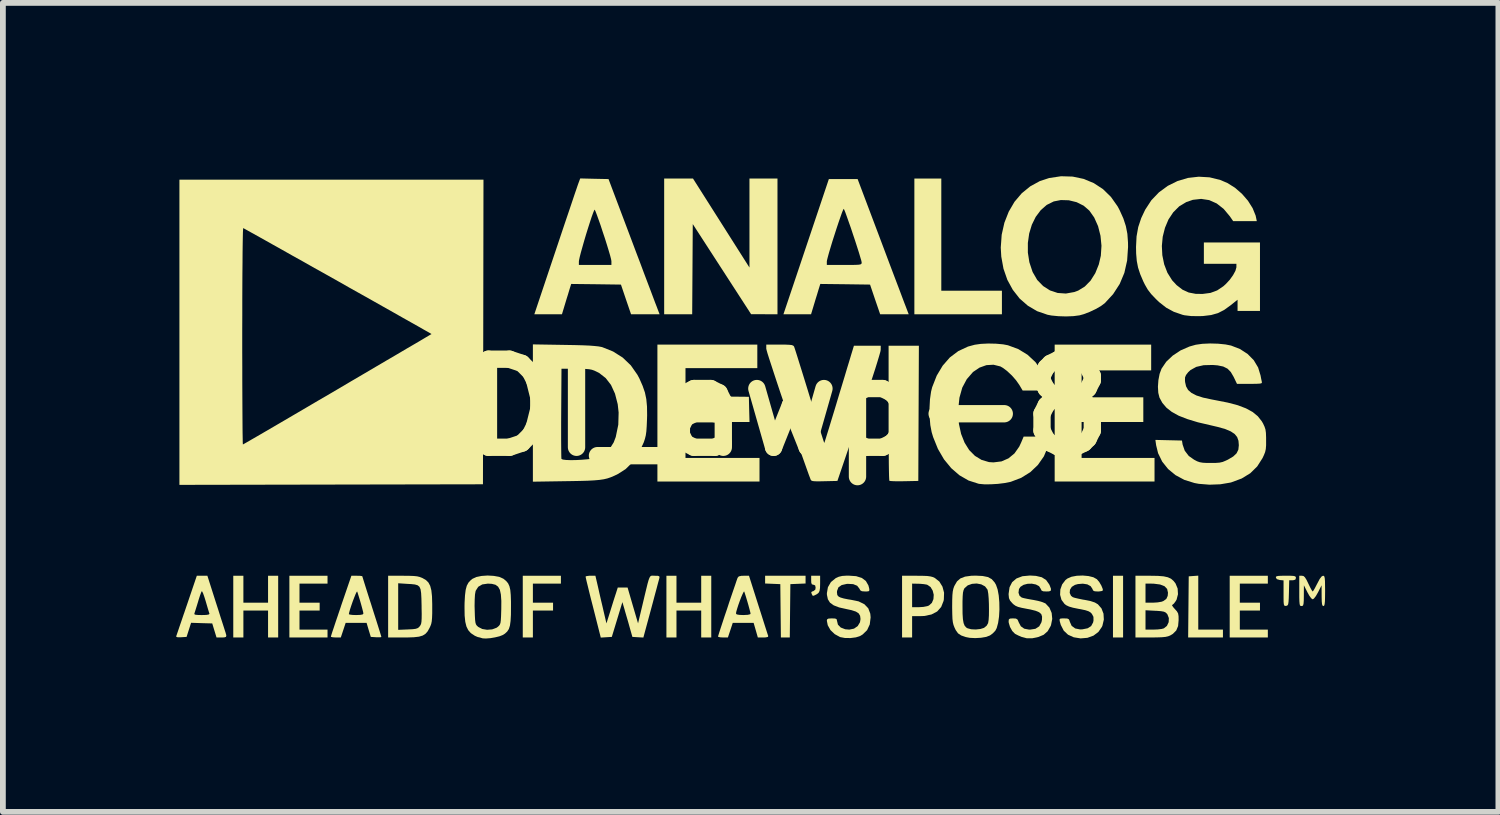
<source format=kicad_pcb>
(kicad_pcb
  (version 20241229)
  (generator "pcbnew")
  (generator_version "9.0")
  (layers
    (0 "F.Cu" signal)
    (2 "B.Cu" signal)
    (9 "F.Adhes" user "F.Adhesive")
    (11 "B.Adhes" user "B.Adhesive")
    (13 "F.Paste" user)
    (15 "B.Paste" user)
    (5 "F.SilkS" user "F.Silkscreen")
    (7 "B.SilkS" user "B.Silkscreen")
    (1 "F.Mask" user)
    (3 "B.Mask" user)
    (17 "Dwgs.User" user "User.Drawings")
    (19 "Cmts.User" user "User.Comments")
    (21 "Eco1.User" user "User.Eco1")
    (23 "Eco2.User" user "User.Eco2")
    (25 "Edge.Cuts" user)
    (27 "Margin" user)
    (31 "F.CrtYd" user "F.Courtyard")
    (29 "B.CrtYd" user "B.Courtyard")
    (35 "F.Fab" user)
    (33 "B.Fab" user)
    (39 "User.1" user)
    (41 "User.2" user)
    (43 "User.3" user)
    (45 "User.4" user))
  (footprint "ADI_awp-8"
    (layer "F.Cu")
    (at 9.939 4.001)
    (property "Reference" "ADI_awp-8" (at 0 0 0) (layer "F.SilkS") (effects (font (size 1.524 1.524) (thickness 0.3))))
    (attr board_only exclude_from_pos_files exclude_from_bom)
    (fp_poly (pts (xy 6.447 3.981) (xy 6.272 3.981) (xy 6.272 2.913) (xy 6.447 2.913)) (stroke (width 0) (type solid)) (fill yes) (layer "F.SilkS"))
    (fp_poly (pts (xy 3.301 -2.02) (xy 4.35 -2.02) (xy 4.35 -1.612) (xy 2.835 -1.612) (xy 2.835 -3.961) (xy 3.301 -3.961)) (stroke (width 0) (type solid)) (fill yes) (layer "F.SilkS"))
    (fp_poly (pts (xy 0.952 3.047) (xy 0.689 3.058) (xy 0.679 3.981) (xy 0.525 3.981) (xy 0.515 3.058) (xy 0.252 3.047) (xy 0.252 2.913) (xy 0.952 2.913)) (stroke (width 0) (type solid)) (fill yes) (layer "F.SilkS"))
    (fp_poly (pts (xy 7.748 3.845) (xy 8.175 3.845) (xy 8.175 3.981) (xy 7.573 3.981) (xy 7.578 3.452) (xy 7.583 2.923) (xy 7.666 2.917) (xy 7.748 2.911)) (stroke (width 0) (type solid)) (fill yes) (layer "F.SilkS"))
    (fp_poly (pts (xy -3.282 3.049) (xy -3.767 3.049) (xy -3.767 3.379) (xy -3.418 3.379) (xy -3.418 3.515) (xy -3.767 3.515) (xy -3.767 3.981) (xy -3.942 3.981) (xy -3.942 2.913) (xy -3.282 2.913)) (stroke (width 0) (type solid)) (fill yes) (layer "F.SilkS"))
    (fp_poly (pts (xy -0.019 -2.421) (xy -0.019 -3.961) (xy 0.466 -3.961) (xy 0.466 -1.612) (xy 0.238 -1.613) (xy 0.01 -1.613) (xy -1 -3.173) (xy -1.01 -1.612) (xy -1.495 -1.612) (xy -1.495 -3.961) (xy -0.996 -3.961)) (stroke (width 0) (type solid)) (fill yes) (layer "F.SilkS"))
    (fp_poly (pts (xy -8.777 3.379) (xy -8.35 3.379) (xy -8.35 2.913) (xy -8.175 2.913) (xy -8.175 3.981) (xy -8.35 3.981) (xy -8.35 3.515) (xy -8.777 3.515) (xy -8.777 3.981) (xy -8.952 3.981) (xy -8.952 2.913) (xy -8.777 2.913)) (stroke (width 0) (type solid)) (fill yes) (layer "F.SilkS"))
    (fp_poly (pts (xy -7.321 3.049) (xy -7.806 3.049) (xy -7.806 3.379) (xy -7.457 3.379) (xy -7.457 3.515) (xy -7.806 3.515) (xy -7.806 3.845) (xy -7.321 3.845) (xy -7.321 3.981) (xy -7.981 3.981) (xy -7.981 2.913) (xy -7.321 2.913)) (stroke (width 0) (type solid)) (fill yes) (layer "F.SilkS"))
    (fp_poly (pts (xy -1.282 3.379) (xy -0.854 3.379) (xy -0.854 2.913) (xy -0.68 2.913) (xy -0.68 3.981) (xy -0.854 3.981) (xy -0.854 3.515) (xy -1.282 3.515) (xy -1.282 3.981) (xy -1.456 3.981) (xy -1.456 2.913) (xy -1.282 2.913)) (stroke (width 0) (type solid)) (fill yes) (layer "F.SilkS"))
    (fp_poly (pts (xy 6.933 -0.641) (xy 5.729 -0.641) (xy 5.729 -0.175) (xy 6.797 -0.175) (xy 6.797 0.252) (xy 5.729 0.252) (xy 5.729 0.874) (xy 6.991 0.874) (xy 6.991 1.282) (xy 5.263 1.282) (xy 5.263 -1.087) (xy 6.933 -1.087)) (stroke (width 0) (type solid)) (fill yes) (layer "F.SilkS"))
    (fp_poly (pts (xy 8.952 3.049) (xy 8.467 3.049) (xy 8.467 3.379) (xy 8.816 3.379) (xy 8.816 3.515) (xy 8.467 3.515) (xy 8.467 3.845) (xy 8.952 3.845) (xy 8.952 3.981) (xy 8.292 3.981) (xy 8.292 2.913) (xy 8.952 2.913)) (stroke (width 0) (type solid)) (fill yes) (layer "F.SilkS"))
    (fp_poly (pts (xy 0.117 -0.68) (xy -1.126 -0.68) (xy -1.126 -0.195) (xy -0.029 -0.184) (xy -0.024 0.034) (xy -0.018 0.252) (xy -1.126 0.252) (xy -1.126 0.874) (xy 0.155 0.874) (xy 0.155 1.282) (xy -1.612 1.282) (xy -1.612 -1.087) (xy 0.117 -1.087)) (stroke (width 0) (type solid)) (fill yes) (layer "F.SilkS"))
    (fp_poly (pts (xy 2.908 0.102) (xy 2.903 1.272) (xy 2.659 1.277) (xy 2.566 1.278) (xy 2.486 1.277) (xy 2.429 1.274) (xy 2.403 1.27) (xy 2.402 1.269) (xy 2.4 1.248) (xy 2.397 1.191) (xy 2.395 1.102) (xy 2.393 0.985) (xy 2.392 0.842) (xy 2.39 0.678) (xy 2.389 0.495) (xy 2.389 0.298) (xy 2.389 0.094) (xy 2.389 -1.068) (xy 2.913 -1.068)) (stroke (width 0) (type solid)) (fill yes) (layer "F.SilkS"))
    (fp_poly (pts (xy 1.204 3.044) (xy 1.202 3.124) (xy 1.194 3.176) (xy 1.177 3.209) (xy 1.147 3.232) (xy 1.132 3.24) (xy 1.093 3.259) (xy 1.073 3.257) (xy 1.061 3.232) (xy 1.06 3.232) (xy 1.05 3.2) (xy 1.063 3.186) (xy 1.087 3.179) (xy 1.12 3.154) (xy 1.126 3.119) (xy 1.118 3.08) (xy 1.088 3.068) (xy 1.087 3.068) (xy 1.062 3.062) (xy 1.051 3.035) (xy 1.049 2.991) (xy 1.049 2.913) (xy 1.204 2.913)) (stroke (width 0) (type solid)) (fill yes) (layer "F.SilkS"))
    (fp_poly (pts (xy 9.345 2.913) (xy 9.397 2.916) (xy 9.425 2.923) (xy 9.436 2.936) (xy 9.438 2.952) (xy 9.428 2.98) (xy 9.394 2.99) (xy 9.38 2.991) (xy 9.322 2.991) (xy 9.317 3.209) (xy 9.314 3.304) (xy 9.31 3.366) (xy 9.304 3.404) (xy 9.295 3.423) (xy 9.279 3.432) (xy 9.268 3.434) (xy 9.249 3.435) (xy 9.237 3.428) (xy 9.229 3.407) (xy 9.225 3.365) (xy 9.224 3.296) (xy 9.224 3.216) (xy 9.224 2.993) (xy 9.161 2.987) (xy 9.109 2.972) (xy 9.092 2.947) (xy 9.092 2.931) (xy 9.107 2.921) (xy 9.142 2.915) (xy 9.204 2.913) (xy 9.261 2.913)) (stroke (width 0) (type solid)) (fill yes) (layer "F.SilkS"))
    (fp_poly (pts (xy 2.979 2.914) (xy 3.058 2.917) (xy 3.115 2.925) (xy 3.157 2.936) (xy 3.185 2.949) (xy 3.266 3.012) (xy 3.321 3.101) (xy 3.349 3.206) (xy 3.345 3.322) (xy 3.34 3.349) (xy 3.299 3.453) (xy 3.23 3.531) (xy 3.131 3.583) (xy 3.006 3.609) (xy 2.938 3.612) (xy 2.796 3.612) (xy 2.796 3.981) (xy 2.622 3.981) (xy 2.622 3.049) (xy 2.796 3.049) (xy 2.796 3.457) (xy 2.914 3.457) (xy 2.991 3.452) (xy 3.058 3.439) (xy 3.087 3.428) (xy 3.138 3.382) (xy 3.165 3.317) (xy 3.17 3.242) (xy 3.152 3.17) (xy 3.115 3.108) (xy 3.058 3.069) (xy 3.047 3.066) (xy 3 3.058) (xy 2.934 3.052) (xy 2.898 3.051) (xy 2.796 3.049) (xy 2.622 3.049) (xy 2.622 2.913) (xy 2.869 2.913)) (stroke (width 0) (type solid)) (fill yes) (layer "F.SilkS"))
    (fp_poly (pts (xy -5.907 2.914) (xy -5.828 2.917) (xy -5.77 2.923) (xy -5.725 2.934) (xy -5.684 2.95) (xy -5.674 2.955) (xy -5.617 2.988) (xy -5.574 3.031) (xy -5.544 3.088) (xy -5.524 3.165) (xy -5.513 3.268) (xy -5.509 3.401) (xy -5.509 3.45) (xy -5.509 3.561) (xy -5.512 3.642) (xy -5.517 3.7) (xy -5.526 3.745) (xy -5.54 3.783) (xy -5.556 3.817) (xy -5.589 3.876) (xy -5.626 3.918) (xy -5.674 3.948) (xy -5.738 3.967) (xy -5.826 3.977) (xy -5.942 3.981) (xy -6.005 3.981) (xy -6.272 3.981) (xy -6.272 3.043) (xy -6.098 3.043) (xy -6.098 3.849) (xy -5.931 3.842) (xy -5.848 3.838) (xy -5.794 3.831) (xy -5.76 3.819) (xy -5.735 3.799) (xy -5.726 3.788) (xy -5.711 3.767) (xy -5.701 3.742) (xy -5.695 3.706) (xy -5.692 3.652) (xy -5.691 3.575) (xy -5.693 3.467) (xy -5.693 3.434) (xy -5.696 3.307) (xy -5.701 3.213) (xy -5.711 3.147) (xy -5.73 3.104) (xy -5.761 3.078) (xy -5.808 3.064) (xy -5.873 3.057) (xy -5.93 3.054) (xy -6.098 3.043) (xy -6.272 3.043) (xy -6.272 2.913) (xy -6.016 2.913)) (stroke (width 0) (type solid)) (fill yes) (layer "F.SilkS"))
    (fp_poly (pts (xy 9.57 2.918) (xy 9.594 2.94) (xy 9.622 2.985) (xy 9.653 3.049) (xy 9.684 3.113) (xy 9.71 3.161) (xy 9.726 3.184) (xy 9.728 3.185) (xy 9.742 3.169) (xy 9.767 3.126) (xy 9.799 3.064) (xy 9.807 3.049) (xy 9.849 2.969) (xy 9.883 2.925) (xy 9.907 2.913) (xy 9.922 2.916) (xy 9.931 2.929) (xy 9.937 2.958) (xy 9.941 3.009) (xy 9.942 3.088) (xy 9.943 3.175) (xy 9.942 3.282) (xy 9.94 3.357) (xy 9.935 3.403) (xy 9.928 3.428) (xy 9.917 3.437) (xy 9.913 3.437) (xy 9.899 3.43) (xy 9.89 3.405) (xy 9.885 3.356) (xy 9.883 3.275) (xy 9.883 3.258) (xy 9.882 3.078) (xy 9.821 3.199) (xy 9.783 3.265) (xy 9.75 3.307) (xy 9.729 3.321) (xy 9.704 3.304) (xy 9.67 3.258) (xy 9.637 3.199) (xy 9.576 3.078) (xy 9.575 3.258) (xy 9.574 3.342) (xy 9.57 3.395) (xy 9.563 3.423) (xy 9.551 3.435) (xy 9.535 3.437) (xy 9.519 3.435) (xy 9.508 3.425) (xy 9.502 3.4) (xy 9.498 3.355) (xy 9.496 3.284) (xy 9.496 3.18) (xy 9.496 2.913) (xy 9.543 2.913)) (stroke (width 0) (type solid)) (fill yes) (layer "F.SilkS"))
    (fp_poly (pts (xy -9.253 3.374) (xy -9.211 3.504) (xy -9.173 3.625) (xy -9.139 3.73) (xy -9.112 3.814) (xy -9.094 3.871) (xy -9.087 3.892) (xy -9.072 3.944) (xy -9.078 3.971) (xy -9.11 3.98) (xy -9.155 3.981) (xy -9.242 3.981) (xy -9.279 3.86) (xy -9.316 3.738) (xy -9.499 3.733) (xy -9.682 3.727) (xy -9.721 3.849) (xy -9.76 3.971) (xy -9.854 3.977) (xy -9.911 3.978) (xy -9.937 3.971) (xy -9.939 3.958) (xy -9.93 3.933) (xy -9.911 3.877) (xy -9.883 3.794) (xy -9.847 3.689) (xy -9.806 3.568) (xy -9.804 3.564) (xy -9.625 3.564) (xy -9.625 3.579) (xy -9.605 3.588) (xy -9.558 3.592) (xy -9.496 3.593) (xy -9.42 3.591) (xy -9.378 3.584) (xy -9.364 3.573) (xy -9.365 3.568) (xy -9.374 3.54) (xy -9.391 3.484) (xy -9.413 3.409) (xy -9.429 3.354) (xy -9.453 3.277) (xy -9.474 3.218) (xy -9.491 3.184) (xy -9.497 3.18) (xy -9.509 3.204) (xy -9.528 3.256) (xy -9.551 3.327) (xy -9.562 3.365) (xy -9.586 3.443) (xy -9.607 3.51) (xy -9.621 3.554) (xy -9.625 3.564) (xy -9.804 3.564) (xy -9.76 3.434) (xy -9.756 3.423) (xy -9.583 2.913) (xy -9.492 2.913) (xy -9.4 2.913)) (stroke (width 0) (type solid)) (fill yes) (layer "F.SilkS"))
    (fp_poly (pts (xy -1.679 2.912) (xy -1.657 2.913) (xy -1.603 2.914) (xy -1.579 2.923) (xy -1.576 2.943) (xy -1.579 2.957) (xy -1.587 2.987) (xy -1.604 3.049) (xy -1.627 3.137) (xy -1.657 3.247) (xy -1.69 3.372) (xy -1.722 3.491) (xy -1.855 3.982) (xy -1.95 3.977) (xy -2.045 3.971) (xy -2.092 3.806) (xy -2.119 3.709) (xy -2.15 3.604) (xy -2.176 3.514) (xy -2.178 3.505) (xy -2.218 3.369) (xy -2.401 3.971) (xy -2.497 3.977) (xy -2.592 3.983) (xy -2.724 3.462) (xy -2.759 3.326) (xy -2.79 3.202) (xy -2.816 3.095) (xy -2.837 3.01) (xy -2.85 2.953) (xy -2.855 2.928) (xy -2.855 2.927) (xy -2.838 2.919) (xy -2.793 2.913) (xy -2.77 2.913) (xy -2.685 2.913) (xy -2.641 3.102) (xy -2.618 3.205) (xy -2.59 3.327) (xy -2.561 3.449) (xy -2.546 3.515) (xy -2.494 3.738) (xy -2.43 3.534) (xy -2.4 3.437) (xy -2.37 3.341) (xy -2.344 3.26) (xy -2.332 3.224) (xy -2.298 3.117) (xy -2.128 3.117) (xy -2.038 3.427) (xy -1.947 3.737) (xy -1.866 3.398) (xy -1.831 3.25) (xy -1.803 3.135) (xy -1.782 3.049) (xy -1.765 2.989) (xy -1.75 2.949) (xy -1.736 2.925) (xy -1.721 2.914) (xy -1.702 2.911)) (stroke (width 0) (type solid)) (fill yes) (layer "F.SilkS"))
    (fp_poly (pts (xy 0.135 3.423) (xy 0.178 3.557) (xy 0.217 3.68) (xy 0.251 3.787) (xy 0.278 3.871) (xy 0.297 3.93) (xy 0.306 3.956) (xy 0.306 3.957) (xy 0.299 3.972) (xy 0.26 3.98) (xy 0.22 3.981) (xy 0.126 3.981) (xy 0.09 3.855) (xy 0.053 3.728) (xy -0.308 3.728) (xy -0.35 3.855) (xy -0.392 3.981) (xy -0.477 3.981) (xy -0.529 3.978) (xy -0.56 3.969) (xy -0.563 3.965) (xy -0.557 3.944) (xy -0.541 3.892) (xy -0.516 3.815) (xy -0.484 3.718) (xy -0.448 3.608) (xy -0.434 3.567) (xy -0.252 3.567) (xy -0.239 3.582) (xy -0.195 3.59) (xy -0.126 3.593) (xy -0.048 3.589) (xy -0.007 3.579) (xy 0 3.569) (xy -0.005 3.543) (xy -0.019 3.489) (xy -0.038 3.419) (xy -0.06 3.343) (xy -0.082 3.27) (xy -0.101 3.211) (xy -0.11 3.185) (xy -0.119 3.191) (xy -0.137 3.227) (xy -0.161 3.282) (xy -0.187 3.35) (xy -0.212 3.42) (xy -0.233 3.486) (xy -0.248 3.539) (xy -0.252 3.567) (xy -0.434 3.567) (xy -0.408 3.491) (xy -0.369 3.371) (xy -0.33 3.256) (xy -0.294 3.151) (xy -0.263 3.061) (xy -0.24 2.992) (xy -0.225 2.951) (xy -0.223 2.947) (xy -0.203 2.924) (xy -0.159 2.914) (xy -0.118 2.913) (xy -0.027 2.913)) (stroke (width 0) (type solid)) (fill yes) (layer "F.SilkS"))
    (fp_poly (pts (xy -6.759 2.914) (xy -6.725 2.919) (xy -6.719 2.922) (xy -6.713 2.942) (xy -6.697 2.994) (xy -6.672 3.074) (xy -6.64 3.176) (xy -6.602 3.296) (xy -6.559 3.429) (xy -6.554 3.446) (xy -6.511 3.581) (xy -6.472 3.703) (xy -6.439 3.808) (xy -6.413 3.891) (xy -6.396 3.947) (xy -6.389 3.972) (xy -6.389 3.972) (xy -6.406 3.978) (xy -6.45 3.978) (xy -6.481 3.977) (xy -6.572 3.971) (xy -6.609 3.85) (xy -6.645 3.728) (xy -7.007 3.728) (xy -7.049 3.855) (xy -7.091 3.981) (xy -7.177 3.981) (xy -7.229 3.978) (xy -7.259 3.971) (xy -7.263 3.966) (xy -7.257 3.945) (xy -7.24 3.891) (xy -7.213 3.811) (xy -7.179 3.708) (xy -7.138 3.588) (xy -7.135 3.578) (xy -6.952 3.578) (xy -6.934 3.585) (xy -6.888 3.591) (xy -6.826 3.593) (xy -6.752 3.59) (xy -6.712 3.582) (xy -6.7 3.567) (xy -6.705 3.539) (xy -6.719 3.484) (xy -6.738 3.414) (xy -6.76 3.337) (xy -6.782 3.265) (xy -6.8 3.208) (xy -6.808 3.185) (xy -6.817 3.193) (xy -6.835 3.23) (xy -6.858 3.287) (xy -6.884 3.355) (xy -6.909 3.427) (xy -6.931 3.494) (xy -6.946 3.548) (xy -6.952 3.578) (xy -7.135 3.578) (xy -7.093 3.455) (xy -7.086 3.432) (xy -6.908 2.913) (xy -6.813 2.913)) (stroke (width 0) (type solid)) (fill yes) (layer "F.SilkS"))
    (fp_poly (pts (xy 2.256 -2.884) (xy 2.33 -2.687) (xy 2.401 -2.498) (xy 2.468 -2.321) (xy 2.529 -2.16) (xy 2.583 -2.018) (xy 2.628 -1.898) (xy 2.663 -1.805) (xy 2.688 -1.741) (xy 2.698 -1.714) (xy 2.737 -1.612) (xy 2.49 -1.612) (xy 2.243 -1.612) (xy 2.155 -1.869) (xy 2.068 -2.126) (xy 1.638 -2.132) (xy 1.207 -2.137) (xy 1.187 -2.073) (xy 1.173 -2.028) (xy 1.152 -1.957) (xy 1.125 -1.871) (xy 1.107 -1.811) (xy 1.047 -1.612) (xy 0.569 -1.612) (xy 0.856 -2.466) (xy 1.32 -2.466) (xy 1.621 -2.466) (xy 1.735 -2.466) (xy 1.816 -2.467) (xy 1.87 -2.47) (xy 1.901 -2.475) (xy 1.917 -2.484) (xy 1.922 -2.497) (xy 1.923 -2.51) (xy 1.917 -2.539) (xy 1.9 -2.597) (xy 1.876 -2.678) (xy 1.845 -2.775) (xy 1.81 -2.884) (xy 1.772 -2.997) (xy 1.735 -3.109) (xy 1.698 -3.213) (xy 1.666 -3.304) (xy 1.64 -3.376) (xy 1.621 -3.422) (xy 1.612 -3.437) (xy 1.602 -3.42) (xy 1.582 -3.371) (xy 1.556 -3.297) (xy 1.524 -3.205) (xy 1.489 -3.1) (xy 1.453 -2.988) (xy 1.417 -2.876) (xy 1.385 -2.77) (xy 1.357 -2.676) (xy 1.336 -2.599) (xy 1.323 -2.547) (xy 1.32 -2.529) (xy 1.32 -2.466) (xy 0.856 -2.466) (xy 0.962 -2.782) (xy 1.355 -3.952) (xy 1.853 -3.952)) (stroke (width 0) (type solid)) (fill yes) (layer "F.SilkS"))
    (fp_poly (pts (xy -2.703 -3.957) (xy -2.458 -3.952) (xy -2.055 -2.884) (xy -1.981 -2.687) (xy -1.909 -2.498) (xy -1.843 -2.321) (xy -1.782 -2.16) (xy -1.728 -2.018) (xy -1.683 -1.898) (xy -1.648 -1.805) (xy -1.623 -1.741) (xy -1.613 -1.714) (xy -1.574 -1.612) (xy -1.821 -1.612) (xy -2.068 -1.612) (xy -2.156 -1.869) (xy -2.243 -2.126) (xy -2.673 -2.132) (xy -3.104 -2.137) (xy -3.124 -2.073) (xy -3.138 -2.028) (xy -3.159 -1.957) (xy -3.186 -1.871) (xy -3.204 -1.811) (xy -3.264 -1.612) (xy -3.742 -1.612) (xy -3.456 -2.466) (xy -2.971 -2.466) (xy -2.408 -2.466) (xy -2.408 -2.533) (xy -2.414 -2.566) (xy -2.43 -2.629) (xy -2.455 -2.714) (xy -2.486 -2.816) (xy -2.521 -2.927) (xy -2.559 -3.04) (xy -2.595 -3.151) (xy -2.63 -3.25) (xy -2.66 -3.333) (xy -2.683 -3.393) (xy -2.697 -3.422) (xy -2.698 -3.423) (xy -2.707 -3.41) (xy -2.725 -3.366) (xy -2.75 -3.297) (xy -2.779 -3.208) (xy -2.812 -3.105) (xy -2.846 -2.996) (xy -2.879 -2.885) (xy -2.909 -2.779) (xy -2.936 -2.683) (xy -2.956 -2.605) (xy -2.968 -2.549) (xy -2.971 -2.526) (xy -2.971 -2.466) (xy -3.456 -2.466) (xy -3.376 -2.704) (xy -3.309 -2.904) (xy -3.245 -3.095) (xy -3.185 -3.273) (xy -3.13 -3.435) (xy -3.082 -3.578) (xy -3.042 -3.697) (xy -3.01 -3.79) (xy -2.989 -3.852) (xy -2.979 -3.88) (xy -2.948 -3.963)) (stroke (width 0) (type solid)) (fill yes) (layer "F.SilkS"))
    (fp_poly (pts (xy 6.918 2.913) (xy 7.049 2.915) (xy 7.148 2.923) (xy 7.221 2.939) (xy 7.276 2.964) (xy 7.32 3.002) (xy 7.355 3.047) (xy 7.391 3.134) (xy 7.397 3.232) (xy 7.373 3.326) (xy 7.358 3.352) (xy 7.327 3.394) (xy 7.301 3.416) (xy 7.296 3.418) (xy 7.296 3.43) (xy 7.318 3.461) (xy 7.341 3.487) (xy 7.378 3.528) (xy 7.399 3.565) (xy 7.407 3.612) (xy 7.408 3.68) (xy 7.399 3.783) (xy 7.367 3.86) (xy 7.308 3.919) (xy 7.261 3.947) (xy 7.225 3.961) (xy 7.18 3.971) (xy 7.116 3.977) (xy 7.028 3.98) (xy 6.928 3.981) (xy 6.661 3.981) (xy 6.661 3.51) (xy 6.835 3.51) (xy 6.835 3.845) (xy 6.97 3.845) (xy 7.046 3.842) (xy 7.113 3.834) (xy 7.153 3.823) (xy 7.206 3.78) (xy 7.236 3.716) (xy 7.239 3.645) (xy 7.213 3.579) (xy 7.207 3.572) (xy 7.185 3.55) (xy 7.154 3.535) (xy 7.105 3.526) (xy 7.03 3.52) (xy 7.003 3.519) (xy 6.835 3.51) (xy 6.661 3.51) (xy 6.661 3.049) (xy 6.835 3.049) (xy 6.835 3.379) (xy 6.963 3.379) (xy 7.045 3.374) (xy 7.114 3.362) (xy 7.145 3.35) (xy 7.195 3.314) (xy 7.219 3.262) (xy 7.224 3.206) (xy 7.209 3.141) (xy 7.164 3.094) (xy 7.087 3.064) (xy 6.977 3.05) (xy 6.928 3.049) (xy 6.835 3.049) (xy 6.661 3.049) (xy 6.661 2.913)) (stroke (width 0) (type solid)) (fill yes) (layer "F.SilkS"))
    (fp_poly (pts (xy 0.604 -1.087) (xy 0.672 -1.084) (xy 0.715 -1.079) (xy 0.739 -1.069) (xy 0.752 -1.056) (xy 0.753 -1.053) (xy 0.762 -1.028) (xy 0.781 -0.97) (xy 0.809 -0.882) (xy 0.844 -0.769) (xy 0.886 -0.635) (xy 0.933 -0.483) (xy 0.984 -0.318) (xy 1.02 -0.2) (xy 1.072 -0.03) (xy 1.121 0.129) (xy 1.165 0.271) (xy 1.203 0.393) (xy 1.235 0.492) (xy 1.258 0.564) (xy 1.272 0.605) (xy 1.276 0.614) (xy 1.283 0.595) (xy 1.3 0.542) (xy 1.325 0.461) (xy 1.358 0.355) (xy 1.396 0.229) (xy 1.44 0.086) (xy 1.487 -0.069) (xy 1.487 -0.07) (xy 1.536 -0.233) (xy 1.584 -0.391) (xy 1.629 -0.539) (xy 1.668 -0.67) (xy 1.702 -0.781) (xy 1.727 -0.864) (xy 1.74 -0.908) (xy 1.789 -1.068) (xy 2.253 -1.068) (xy 2.252 -0.995) (xy 2.246 -0.963) (xy 2.227 -0.896) (xy 2.198 -0.799) (xy 2.159 -0.673) (xy 2.11 -0.522) (xy 2.053 -0.349) (xy 1.989 -0.157) (xy 1.919 0.052) (xy 1.877 0.175) (xy 1.503 1.272) (xy 1.278 1.277) (xy 1.181 1.279) (xy 1.115 1.278) (xy 1.075 1.274) (xy 1.052 1.265) (xy 1.041 1.252) (xy 1.04 1.248) (xy 1.008 1.164) (xy 0.969 1.055) (xy 0.922 0.923) (xy 0.869 0.774) (xy 0.813 0.611) (xy 0.753 0.438) (xy 0.691 0.259) (xy 0.629 0.077) (xy 0.568 -0.103) (xy 0.509 -0.277) (xy 0.454 -0.442) (xy 0.404 -0.594) (xy 0.36 -0.729) (xy 0.323 -0.842) (xy 0.295 -0.93) (xy 0.278 -0.99) (xy 0.272 -1.016) (xy 0.272 -1.087) (xy 0.504 -1.087)) (stroke (width 0) (type solid)) (fill yes) (layer "F.SilkS"))
    (fp_poly (pts (xy 4.016 2.917) (xy 4.106 2.935) (xy 4.173 2.971) (xy 4.223 3.027) (xy 4.248 3.07) (xy 4.276 3.151) (xy 4.295 3.255) (xy 4.305 3.374) (xy 4.307 3.499) (xy 4.3 3.621) (xy 4.284 3.73) (xy 4.26 3.818) (xy 4.236 3.864) (xy 4.192 3.91) (xy 4.143 3.946) (xy 4.078 3.971) (xy 3.989 3.986) (xy 3.889 3.992) (xy 3.792 3.987) (xy 3.725 3.974) (xy 3.645 3.946) (xy 3.591 3.91) (xy 3.551 3.854) (xy 3.528 3.806) (xy 3.512 3.764) (xy 3.501 3.718) (xy 3.494 3.659) (xy 3.491 3.579) (xy 3.489 3.47) (xy 3.489 3.447) (xy 3.489 3.442) (xy 3.668 3.442) (xy 3.669 3.57) (xy 3.675 3.665) (xy 3.687 3.733) (xy 3.706 3.779) (xy 3.733 3.809) (xy 3.755 3.822) (xy 3.818 3.839) (xy 3.898 3.843) (xy 3.979 3.834) (xy 4.04 3.815) (xy 4.086 3.777) (xy 4.111 3.733) (xy 4.12 3.679) (xy 4.125 3.6) (xy 4.126 3.504) (xy 4.125 3.403) (xy 4.121 3.306) (xy 4.114 3.224) (xy 4.104 3.166) (xy 4.1 3.152) (xy 4.058 3.097) (xy 3.993 3.062) (xy 3.914 3.047) (xy 3.833 3.053) (xy 3.759 3.079) (xy 3.704 3.127) (xy 3.699 3.134) (xy 3.686 3.163) (xy 3.676 3.205) (xy 3.671 3.267) (xy 3.668 3.357) (xy 3.668 3.442) (xy 3.489 3.442) (xy 3.49 3.333) (xy 3.493 3.249) (xy 3.499 3.187) (xy 3.509 3.139) (xy 3.524 3.096) (xy 3.53 3.084) (xy 3.573 3.01) (xy 3.632 2.959) (xy 3.712 2.928) (xy 3.82 2.913) (xy 3.896 2.911)) (stroke (width 0) (type solid)) (fill yes) (layer "F.SilkS"))
    (fp_poly (pts (xy 1.827 2.92) (xy 1.926 2.951) (xy 1.995 3.003) (xy 2.039 3.079) (xy 2.052 3.127) (xy 2.057 3.163) (xy 2.046 3.18) (xy 2.011 3.185) (xy 1.983 3.185) (xy 1.928 3.181) (xy 1.899 3.165) (xy 1.884 3.136) (xy 1.845 3.086) (xy 1.776 3.058) (xy 1.681 3.053) (xy 1.665 3.054) (xy 1.577 3.074) (xy 1.521 3.113) (xy 1.497 3.175) (xy 1.495 3.198) (xy 1.501 3.247) (xy 1.526 3.275) (xy 1.558 3.29) (xy 1.613 3.306) (xy 1.687 3.321) (xy 1.738 3.329) (xy 1.869 3.356) (xy 1.969 3.405) (xy 2.037 3.476) (xy 2.072 3.569) (xy 2.078 3.633) (xy 2.063 3.755) (xy 2.017 3.854) (xy 1.94 3.929) (xy 1.899 3.954) (xy 1.824 3.979) (xy 1.73 3.991) (xy 1.634 3.99) (xy 1.553 3.975) (xy 1.547 3.973) (xy 1.456 3.923) (xy 1.383 3.853) (xy 1.336 3.77) (xy 1.32 3.69) (xy 1.326 3.666) (xy 1.349 3.654) (xy 1.4 3.651) (xy 1.408 3.651) (xy 1.463 3.653) (xy 1.489 3.664) (xy 1.495 3.687) (xy 1.495 3.688) (xy 1.512 3.759) (xy 1.561 3.809) (xy 1.638 3.839) (xy 1.709 3.845) (xy 1.791 3.828) (xy 1.855 3.783) (xy 1.894 3.717) (xy 1.903 3.662) (xy 1.896 3.606) (xy 1.871 3.564) (xy 1.823 3.533) (xy 1.746 3.508) (xy 1.662 3.49) (xy 1.533 3.461) (xy 1.439 3.425) (xy 1.375 3.379) (xy 1.338 3.32) (xy 1.322 3.244) (xy 1.321 3.214) (xy 1.339 3.111) (xy 1.391 3.022) (xy 1.472 2.956) (xy 1.472 2.955) (xy 1.527 2.93) (xy 1.587 2.916) (xy 1.667 2.911) (xy 1.698 2.911)) (stroke (width 0) (type solid)) (fill yes) (layer "F.SilkS"))
    (fp_poly (pts (xy 5.574 -3.995) (xy 5.764 -3.955) (xy 5.94 -3.882) (xy 6.099 -3.778) (xy 6.237 -3.643) (xy 6.352 -3.48) (xy 6.387 -3.414) (xy 6.452 -3.27) (xy 6.495 -3.138) (xy 6.521 -3.005) (xy 6.532 -2.855) (xy 6.533 -2.777) (xy 6.517 -2.542) (xy 6.469 -2.329) (xy 6.388 -2.136) (xy 6.274 -1.96) (xy 6.13 -1.804) (xy 6.063 -1.754) (xy 5.972 -1.702) (xy 5.868 -1.653) (xy 5.766 -1.614) (xy 5.694 -1.594) (xy 5.588 -1.58) (xy 5.461 -1.575) (xy 5.328 -1.579) (xy 5.206 -1.591) (xy 5.139 -1.604) (xy 4.959 -1.666) (xy 4.798 -1.761) (xy 4.656 -1.885) (xy 4.538 -2.036) (xy 4.444 -2.208) (xy 4.377 -2.401) (xy 4.339 -2.61) (xy 4.33 -2.767) (xy 4.336 -2.847) (xy 4.799 -2.847) (xy 4.799 -2.68) (xy 4.825 -2.513) (xy 4.879 -2.35) (xy 4.884 -2.339) (xy 4.961 -2.206) (xy 5.063 -2.101) (xy 5.182 -2.025) (xy 5.315 -1.981) (xy 5.457 -1.971) (xy 5.602 -1.997) (xy 5.67 -2.022) (xy 5.784 -2.092) (xy 5.884 -2.194) (xy 5.966 -2.324) (xy 6.027 -2.475) (xy 6.062 -2.626) (xy 6.073 -2.798) (xy 6.056 -2.971) (xy 6.014 -3.137) (xy 5.947 -3.287) (xy 5.864 -3.405) (xy 5.765 -3.491) (xy 5.643 -3.552) (xy 5.508 -3.585) (xy 5.37 -3.589) (xy 5.247 -3.565) (xy 5.126 -3.505) (xy 5.022 -3.414) (xy 4.935 -3.298) (xy 4.868 -3.162) (xy 4.822 -3.01) (xy 4.799 -2.847) (xy 4.336 -2.847) (xy 4.346 -2.989) (xy 4.393 -3.197) (xy 4.468 -3.388) (xy 4.568 -3.559) (xy 4.693 -3.706) (xy 4.84 -3.826) (xy 5.006 -3.917) (xy 5.167 -3.97) (xy 5.374 -4.001)) (stroke (width 0) (type solid)) (fill yes) (layer "F.SilkS"))
    (fp_poly (pts (xy -3.219 -1.082) (xy -3.041 -1.079) (xy -2.897 -1.075) (xy -2.784 -1.07) (xy -2.697 -1.063) (xy -2.631 -1.056) (xy -2.582 -1.047) (xy -2.566 -1.043) (xy -2.379 -0.968) (xy -2.213 -0.863) (xy -2.072 -0.728) (xy -1.958 -0.565) (xy -1.923 -0.499) (xy -1.868 -0.374) (xy -1.828 -0.259) (xy -1.804 -0.143) (xy -1.792 -0.015) (xy -1.79 0.136) (xy -1.792 0.204) (xy -1.797 0.323) (xy -1.803 0.412) (xy -1.813 0.483) (xy -1.828 0.544) (xy -1.848 0.604) (xy -1.934 0.791) (xy -2.038 0.945) (xy -2.162 1.067) (xy -2.295 1.152) (xy -2.359 1.183) (xy -2.418 1.208) (xy -2.476 1.228) (xy -2.539 1.243) (xy -2.614 1.254) (xy -2.703 1.262) (xy -2.814 1.268) (xy -2.952 1.272) (xy -3.121 1.275) (xy -3.19 1.276) (xy -3.767 1.285) (xy -3.767 0.425) (xy -3.278 0.425) (xy -3.278 0.567) (xy -3.277 0.688) (xy -3.276 0.785) (xy -3.275 0.853) (xy -3.273 0.888) (xy -3.272 0.891) (xy -3.249 0.902) (xy -3.195 0.909) (xy -3.118 0.912) (xy -3.027 0.911) (xy -2.929 0.906) (xy -2.831 0.898) (xy -2.743 0.888) (xy -2.671 0.875) (xy -2.638 0.865) (xy -2.532 0.807) (xy -2.44 0.719) (xy -2.369 0.606) (xy -2.333 0.512) (xy -2.289 0.299) (xy -2.283 0.088) (xy -2.299 -0.056) (xy -2.346 -0.238) (xy -2.415 -0.389) (xy -2.507 -0.508) (xy -2.621 -0.597) (xy -2.655 -0.614) (xy -2.703 -0.637) (xy -2.746 -0.652) (xy -2.793 -0.661) (xy -2.854 -0.666) (xy -2.937 -0.668) (xy -3.018 -0.669) (xy -3.272 -0.67) (xy -3.277 0.097) (xy -3.278 0.267) (xy -3.278 0.425) (xy -3.767 0.425) (xy -3.767 -1.091)) (stroke (width 0) (type solid)) (fill yes) (layer "F.SilkS"))
    (fp_poly (pts (xy -4.626 -1.306) (xy -4.631 1.33) (xy -7.258 1.335) (xy -9.884 1.34) (xy -9.884 -1.235) (xy -8.797 -1.235) (xy -8.797 -0.968) (xy -8.796 -0.713) (xy -8.796 -0.472) (xy -8.795 -0.248) (xy -8.794 -0.043) (xy -8.793 0.141) (xy -8.792 0.3) (xy -8.791 0.431) (xy -8.789 0.533) (xy -8.788 0.603) (xy -8.786 0.637) (xy -8.785 0.641) (xy -8.767 0.631) (xy -8.718 0.603) (xy -8.64 0.558) (xy -8.536 0.498) (xy -8.407 0.423) (xy -8.256 0.335) (xy -8.085 0.235) (xy -7.897 0.125) (xy -7.694 0.006) (xy -7.478 -0.121) (xy -7.251 -0.253) (xy -7.149 -0.313) (xy -6.919 -0.449) (xy -6.699 -0.578) (xy -6.49 -0.701) (xy -6.296 -0.815) (xy -6.118 -0.919) (xy -5.959 -1.013) (xy -5.82 -1.094) (xy -5.706 -1.161) (xy -5.617 -1.214) (xy -5.556 -1.25) (xy -5.525 -1.268) (xy -5.521 -1.27) (xy -5.537 -1.28) (xy -5.584 -1.307) (xy -5.659 -1.349) (xy -5.76 -1.407) (xy -5.883 -1.476) (xy -6.027 -1.557) (xy -6.187 -1.648) (xy -6.361 -1.746) (xy -6.547 -1.851) (xy -6.741 -1.96) (xy -6.941 -2.072) (xy -7.143 -2.187) (xy -7.346 -2.301) (xy -7.547 -2.413) (xy -7.741 -2.523) (xy -7.928 -2.627) (xy -8.103 -2.726) (xy -8.264 -2.816) (xy -8.408 -2.897) (xy -8.533 -2.967) (xy -8.636 -3.024) (xy -8.713 -3.067) (xy -8.762 -3.094) (xy -8.78 -3.104) (xy -8.782 -3.086) (xy -8.785 -3.031) (xy -8.787 -2.943) (xy -8.789 -2.824) (xy -8.791 -2.676) (xy -8.792 -2.501) (xy -8.794 -2.303) (xy -8.795 -2.084) (xy -8.796 -1.846) (xy -8.796 -1.592) (xy -8.797 -1.325) (xy -8.797 -1.235) (xy -9.884 -1.235) (xy -9.884 -3.942) (xy -4.622 -3.942)) (stroke (width 0) (type solid)) (fill yes) (layer "F.SilkS"))
    (fp_poly (pts (xy -4.445 2.915) (xy -4.35 2.932) (xy -4.28 2.963) (xy -4.274 2.967) (xy -4.229 3.004) (xy -4.196 3.044) (xy -4.173 3.094) (xy -4.158 3.158) (xy -4.15 3.245) (xy -4.146 3.36) (xy -4.146 3.447) (xy -4.147 3.587) (xy -4.153 3.695) (xy -4.164 3.775) (xy -4.183 3.835) (xy -4.212 3.879) (xy -4.251 3.915) (xy -4.292 3.94) (xy -4.346 3.961) (xy -4.421 3.979) (xy -4.503 3.993) (xy -4.58 3.999) (xy -4.637 3.996) (xy -4.651 3.992) (xy -4.683 3.982) (xy -4.723 3.973) (xy -4.771 3.952) (xy -4.826 3.916) (xy -4.844 3.902) (xy -4.886 3.854) (xy -4.917 3.791) (xy -4.937 3.71) (xy -4.948 3.603) (xy -4.95 3.466) (xy -4.95 3.437) (xy -4.776 3.437) (xy -4.774 3.504) (xy -4.771 3.606) (xy -4.767 3.677) (xy -4.761 3.724) (xy -4.752 3.754) (xy -4.737 3.776) (xy -4.715 3.796) (xy -4.713 3.798) (xy -4.645 3.834) (xy -4.56 3.848) (xy -4.472 3.841) (xy -4.396 3.813) (xy -4.375 3.798) (xy -4.353 3.778) (xy -4.338 3.757) (xy -4.328 3.729) (xy -4.322 3.685) (xy -4.318 3.619) (xy -4.315 3.523) (xy -4.314 3.491) (xy -4.313 3.347) (xy -4.321 3.237) (xy -4.338 3.157) (xy -4.369 3.102) (xy -4.414 3.069) (xy -4.477 3.053) (xy -4.546 3.049) (xy -4.643 3.063) (xy -4.713 3.104) (xy -4.756 3.172) (xy -4.759 3.182) (xy -4.769 3.238) (xy -4.774 3.325) (xy -4.776 3.437) (xy -4.95 3.437) (xy -4.949 3.379) (xy -4.942 3.253) (xy -4.93 3.157) (xy -4.911 3.086) (xy -4.882 3.032) (xy -4.84 2.987) (xy -4.815 2.967) (xy -4.747 2.935) (xy -4.655 2.916) (xy -4.55 2.909)) (stroke (width 0) (type solid)) (fill yes) (layer "F.SilkS"))
    (fp_poly (pts (xy 7.945 -3.982) (xy 8.13 -3.936) (xy 8.252 -3.884) (xy 8.383 -3.802) (xy 8.504 -3.697) (xy 8.608 -3.577) (xy 8.689 -3.448) (xy 8.741 -3.32) (xy 8.748 -3.287) (xy 8.761 -3.224) (xy 8.352 -3.224) (xy 8.295 -3.307) (xy 8.187 -3.436) (xy 8.067 -3.53) (xy 7.937 -3.588) (xy 7.798 -3.609) (xy 7.655 -3.593) (xy 7.541 -3.554) (xy 7.418 -3.48) (xy 7.315 -3.377) (xy 7.232 -3.252) (xy 7.172 -3.109) (xy 7.133 -2.955) (xy 7.118 -2.795) (xy 7.126 -2.634) (xy 7.158 -2.477) (xy 7.214 -2.331) (xy 7.296 -2.2) (xy 7.373 -2.117) (xy 7.475 -2.038) (xy 7.582 -1.989) (xy 7.702 -1.966) (xy 7.822 -1.964) (xy 7.959 -1.982) (xy 8.075 -2.025) (xy 8.182 -2.097) (xy 8.222 -2.133) (xy 8.292 -2.208) (xy 8.35 -2.289) (xy 8.391 -2.364) (xy 8.408 -2.425) (xy 8.408 -2.431) (xy 8.408 -2.486) (xy 7.845 -2.486) (xy 7.845 -2.855) (xy 8.816 -2.855) (xy 8.816 -1.67) (xy 8.428 -1.67) (xy 8.428 -1.864) (xy 8.307 -1.767) (xy 8.196 -1.687) (xy 8.088 -1.632) (xy 7.971 -1.599) (xy 7.832 -1.582) (xy 7.777 -1.58) (xy 7.628 -1.581) (xy 7.51 -1.595) (xy 7.476 -1.603) (xy 7.325 -1.655) (xy 7.194 -1.726) (xy 7.07 -1.823) (xy 7.015 -1.876) (xy 6.934 -1.961) (xy 6.874 -2.039) (xy 6.825 -2.124) (xy 6.798 -2.178) (xy 6.743 -2.307) (xy 6.706 -2.421) (xy 6.684 -2.535) (xy 6.673 -2.662) (xy 6.671 -2.777) (xy 6.68 -2.959) (xy 6.709 -3.121) (xy 6.761 -3.277) (xy 6.829 -3.421) (xy 6.936 -3.585) (xy 7.068 -3.723) (xy 7.221 -3.835) (xy 7.389 -3.918) (xy 7.57 -3.972) (xy 7.756 -3.993)) (stroke (width 0) (type solid)) (fill yes) (layer "F.SilkS"))
    (fp_poly (pts (xy 5.848 2.918) (xy 5.933 2.939) (xy 5.994 2.973) (xy 5.994 2.973) (xy 6.035 3.022) (xy 6.071 3.083) (xy 6.094 3.14) (xy 6.098 3.165) (xy 6.08 3.177) (xy 6.036 3.184) (xy 6.012 3.185) (xy 5.957 3.182) (xy 5.929 3.169) (xy 5.916 3.141) (xy 5.916 3.139) (xy 5.885 3.093) (xy 5.828 3.062) (xy 5.751 3.05) (xy 5.665 3.057) (xy 5.614 3.071) (xy 5.559 3.105) (xy 5.528 3.155) (xy 5.523 3.21) (xy 5.546 3.26) (xy 5.575 3.283) (xy 5.611 3.295) (xy 5.675 3.31) (xy 5.753 3.326) (xy 5.779 3.33) (xy 5.884 3.351) (xy 5.959 3.376) (xy 6.011 3.407) (xy 6.073 3.478) (xy 6.108 3.569) (xy 6.114 3.672) (xy 6.089 3.778) (xy 6.08 3.798) (xy 6.02 3.885) (xy 5.935 3.949) (xy 5.83 3.987) (xy 5.712 3.997) (xy 5.593 3.978) (xy 5.494 3.933) (xy 5.42 3.863) (xy 5.369 3.764) (xy 5.352 3.704) (xy 5.347 3.671) (xy 5.357 3.656) (xy 5.392 3.651) (xy 5.426 3.651) (xy 5.48 3.653) (xy 5.507 3.665) (xy 5.521 3.693) (xy 5.525 3.709) (xy 5.557 3.78) (xy 5.618 3.825) (xy 5.704 3.842) (xy 5.744 3.84) (xy 5.834 3.822) (xy 5.894 3.784) (xy 5.928 3.721) (xy 5.935 3.688) (xy 5.934 3.624) (xy 5.906 3.571) (xy 5.88 3.545) (xy 5.846 3.526) (xy 5.793 3.509) (xy 5.713 3.492) (xy 5.678 3.486) (xy 5.58 3.466) (xy 5.511 3.446) (xy 5.463 3.423) (xy 5.434 3.401) (xy 5.381 3.33) (xy 5.357 3.243) (xy 5.361 3.151) (xy 5.392 3.063) (xy 5.449 2.988) (xy 5.484 2.961) (xy 5.555 2.93) (xy 5.647 2.913) (xy 5.749 2.909)) (stroke (width 0) (type solid)) (fill yes) (layer "F.SilkS"))
    (fp_poly (pts (xy 4.938 2.915) (xy 5.04 2.939) (xy 5.115 2.987) (xy 5.169 3.063) (xy 5.178 3.082) (xy 5.199 3.139) (xy 5.197 3.17) (xy 5.168 3.183) (xy 5.119 3.185) (xy 5.064 3.182) (xy 5.036 3.169) (xy 5.023 3.141) (xy 5.022 3.139) (xy 4.993 3.093) (xy 4.938 3.064) (xy 4.868 3.05) (xy 4.794 3.052) (xy 4.725 3.07) (xy 4.671 3.104) (xy 4.645 3.143) (xy 4.637 3.207) (xy 4.656 3.261) (xy 4.693 3.29) (xy 4.728 3.3) (xy 4.79 3.313) (xy 4.867 3.327) (xy 4.893 3.331) (xy 4.977 3.348) (xy 5.05 3.369) (xy 5.1 3.39) (xy 5.106 3.394) (xy 5.172 3.465) (xy 5.211 3.557) (xy 5.221 3.66) (xy 5.2 3.765) (xy 5.194 3.782) (xy 5.142 3.873) (xy 5.073 3.934) (xy 4.983 3.972) (xy 4.875 3.995) (xy 4.781 3.995) (xy 4.695 3.973) (xy 4.634 3.947) (xy 4.581 3.92) (xy 4.576 3.917) (xy 4.529 3.869) (xy 4.49 3.799) (xy 4.468 3.726) (xy 4.466 3.701) (xy 4.47 3.669) (xy 4.49 3.654) (xy 4.536 3.651) (xy 4.543 3.651) (xy 4.593 3.654) (xy 4.621 3.672) (xy 4.639 3.713) (xy 4.641 3.719) (xy 4.678 3.788) (xy 4.736 3.829) (xy 4.82 3.845) (xy 4.839 3.845) (xy 4.93 3.831) (xy 4.996 3.788) (xy 5.034 3.718) (xy 5.043 3.677) (xy 5.045 3.62) (xy 5.031 3.577) (xy 4.995 3.545) (xy 4.933 3.519) (xy 4.84 3.496) (xy 4.785 3.486) (xy 4.693 3.468) (xy 4.63 3.452) (xy 4.586 3.433) (xy 4.551 3.408) (xy 4.53 3.388) (xy 4.491 3.343) (xy 4.472 3.3) (xy 4.466 3.24) (xy 4.466 3.225) (xy 4.482 3.112) (xy 4.527 3.024) (xy 4.602 2.96) (xy 4.705 2.921) (xy 4.835 2.909)) (stroke (width 0) (type solid)) (fill yes) (layer "F.SilkS"))
    (fp_poly (pts (xy 4.248 -1.103) (xy 4.37 -1.092) (xy 4.454 -1.076) (xy 4.633 -1.01) (xy 4.793 -0.912) (xy 4.93 -0.785) (xy 5.041 -0.63) (xy 5.078 -0.559) (xy 5.112 -0.483) (xy 5.14 -0.412) (xy 5.157 -0.36) (xy 5.158 -0.354) (xy 5.17 -0.291) (xy 4.94 -0.292) (xy 4.709 -0.292) (xy 4.651 -0.39) (xy 4.594 -0.471) (xy 4.522 -0.553) (xy 4.443 -0.627) (xy 4.368 -0.684) (xy 4.322 -0.71) (xy 4.204 -0.739) (xy 4.082 -0.732) (xy 3.962 -0.689) (xy 3.851 -0.614) (xy 3.847 -0.61) (xy 3.742 -0.489) (xy 3.664 -0.343) (xy 3.615 -0.169) (xy 3.594 0.031) (xy 3.593 0.093) (xy 3.606 0.285) (xy 3.644 0.459) (xy 3.704 0.61) (xy 3.784 0.738) (xy 3.883 0.838) (xy 3.998 0.908) (xy 4.127 0.946) (xy 4.204 0.951) (xy 4.343 0.934) (xy 4.464 0.881) (xy 4.567 0.796) (xy 4.65 0.678) (xy 4.683 0.607) (xy 4.726 0.505) (xy 4.955 0.505) (xy 5.058 0.505) (xy 5.126 0.508) (xy 5.165 0.518) (xy 5.181 0.541) (xy 5.177 0.58) (xy 5.16 0.64) (xy 5.148 0.678) (xy 5.076 0.847) (xy 4.972 0.996) (xy 4.84 1.121) (xy 4.684 1.218) (xy 4.506 1.286) (xy 4.491 1.29) (xy 4.393 1.309) (xy 4.279 1.323) (xy 4.16 1.33) (xy 4.049 1.331) (xy 3.961 1.323) (xy 3.944 1.32) (xy 3.773 1.265) (xy 3.615 1.174) (xy 3.473 1.051) (xy 3.348 0.899) (xy 3.243 0.719) (xy 3.16 0.514) (xy 3.134 0.427) (xy 3.111 0.306) (xy 3.099 0.163) (xy 3.097 0.01) (xy 3.105 -0.14) (xy 3.124 -0.274) (xy 3.143 -0.35) (xy 3.222 -0.551) (xy 3.325 -0.723) (xy 3.449 -0.865) (xy 3.595 -0.975) (xy 3.762 -1.053) (xy 3.88 -1.085) (xy 3.987 -1.1) (xy 4.115 -1.106)) (stroke (width 0) (type solid)) (fill yes) (layer "F.SilkS"))
    (fp_poly (pts (xy 8.092 -1.103) (xy 8.22 -1.09) (xy 8.315 -1.071) (xy 8.47 -1.011) (xy 8.602 -0.925) (xy 8.708 -0.818) (xy 8.784 -0.691) (xy 8.826 -0.553) (xy 8.837 -0.494) (xy 8.847 -0.448) (xy 8.848 -0.442) (xy 8.849 -0.427) (xy 8.838 -0.417) (xy 8.808 -0.412) (xy 8.754 -0.409) (xy 8.669 -0.408) (xy 8.638 -0.408) (xy 8.418 -0.408) (xy 8.36 -0.529) (xy 8.311 -0.613) (xy 8.254 -0.671) (xy 8.18 -0.708) (xy 8.083 -0.728) (xy 7.998 -0.735) (xy 7.841 -0.731) (xy 7.714 -0.702) (xy 7.615 -0.648) (xy 7.573 -0.609) (xy 7.536 -0.561) (xy 7.519 -0.52) (xy 7.518 -0.468) (xy 7.52 -0.44) (xy 7.537 -0.365) (xy 7.572 -0.302) (xy 7.631 -0.251) (xy 7.716 -0.207) (xy 7.831 -0.17) (xy 7.98 -0.138) (xy 8.048 -0.125) (xy 8.257 -0.084) (xy 8.432 -0.038) (xy 8.574 0.016) (xy 8.689 0.079) (xy 8.778 0.152) (xy 8.846 0.238) (xy 8.87 0.279) (xy 8.895 0.333) (xy 8.911 0.382) (xy 8.919 0.441) (xy 8.922 0.522) (xy 8.922 0.563) (xy 8.922 0.654) (xy 8.917 0.719) (xy 8.905 0.773) (xy 8.883 0.828) (xy 8.86 0.877) (xy 8.768 1.021) (xy 8.648 1.139) (xy 8.499 1.23) (xy 8.321 1.296) (xy 8.302 1.301) (xy 8.13 1.33) (xy 7.943 1.337) (xy 7.757 1.322) (xy 7.682 1.308) (xy 7.508 1.254) (xy 7.355 1.172) (xy 7.226 1.066) (xy 7.124 0.938) (xy 7.053 0.793) (xy 7.019 0.655) (xy 7.006 0.562) (xy 7.466 0.573) (xy 7.477 0.642) (xy 7.514 0.749) (xy 7.584 0.84) (xy 7.675 0.904) (xy 7.728 0.932) (xy 7.774 0.948) (xy 7.827 0.957) (xy 7.898 0.961) (xy 7.962 0.961) (xy 8.053 0.96) (xy 8.118 0.955) (xy 8.171 0.943) (xy 8.224 0.921) (xy 8.262 0.903) (xy 8.353 0.849) (xy 8.411 0.794) (xy 8.442 0.73) (xy 8.45 0.654) (xy 8.444 0.577) (xy 8.421 0.513) (xy 8.378 0.46) (xy 8.311 0.415) (xy 8.217 0.375) (xy 8.091 0.339) (xy 7.959 0.308) (xy 7.741 0.257) (xy 7.56 0.202) (xy 7.411 0.144) (xy 7.291 0.078) (xy 7.198 0.005) (xy 7.127 -0.078) (xy 7.077 -0.169) (xy 7.056 -0.253) (xy 7.05 -0.358) (xy 7.058 -0.472) (xy 7.079 -0.581) (xy 7.112 -0.67) (xy 7.193 -0.79) (xy 7.306 -0.897) (xy 7.442 -0.987) (xy 7.595 -1.054) (xy 7.705 -1.085) (xy 7.819 -1.101) (xy 7.953 -1.107)) (stroke (width 0) (type solid)) (fill yes) (layer "F.SilkS")))
  (gr_rect
    (start -3 -3)
    (end 22.881 11)
    (stroke (width 0.1) (type default))
    (fill no)
    (layer "Edge.Cuts")))
</source>
